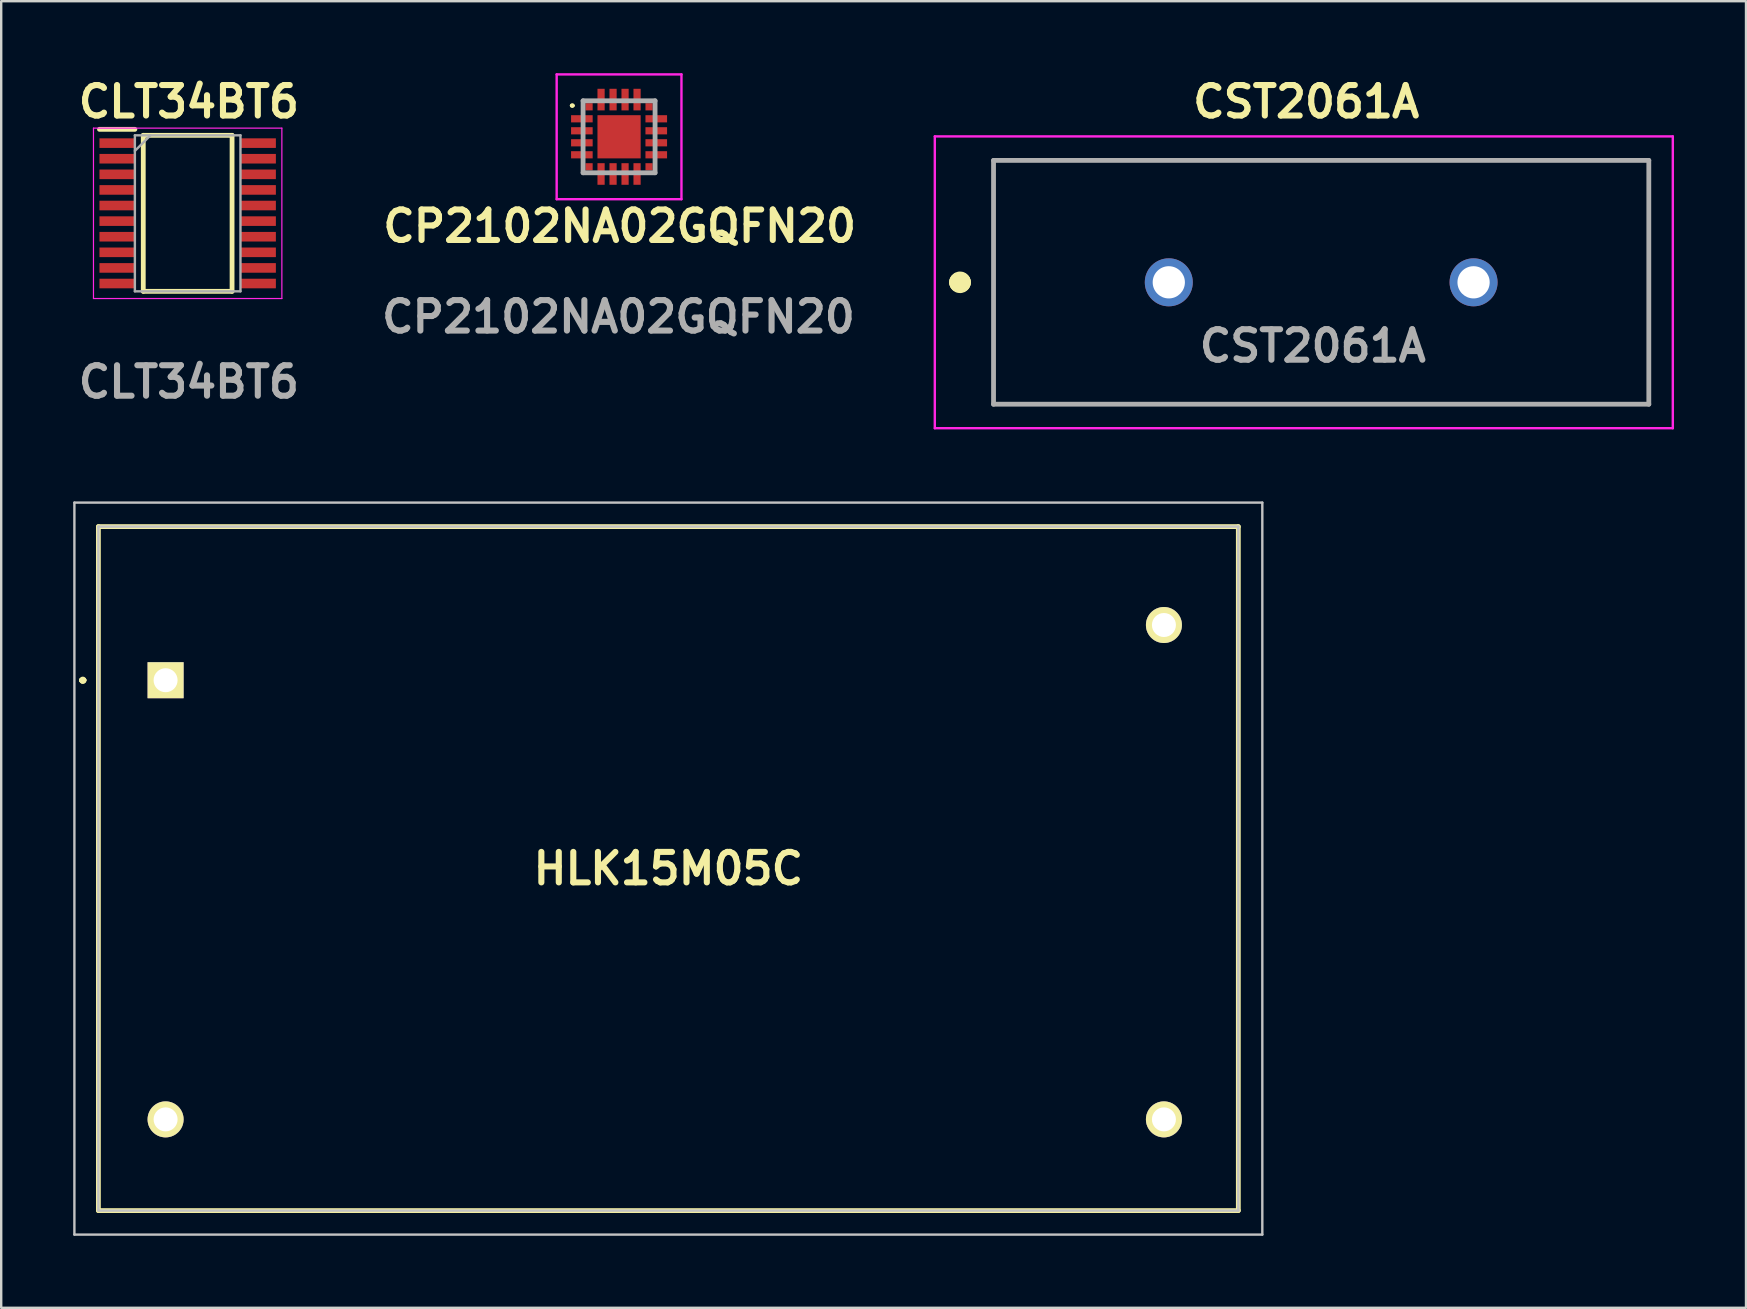
<source format=kicad_pcb>
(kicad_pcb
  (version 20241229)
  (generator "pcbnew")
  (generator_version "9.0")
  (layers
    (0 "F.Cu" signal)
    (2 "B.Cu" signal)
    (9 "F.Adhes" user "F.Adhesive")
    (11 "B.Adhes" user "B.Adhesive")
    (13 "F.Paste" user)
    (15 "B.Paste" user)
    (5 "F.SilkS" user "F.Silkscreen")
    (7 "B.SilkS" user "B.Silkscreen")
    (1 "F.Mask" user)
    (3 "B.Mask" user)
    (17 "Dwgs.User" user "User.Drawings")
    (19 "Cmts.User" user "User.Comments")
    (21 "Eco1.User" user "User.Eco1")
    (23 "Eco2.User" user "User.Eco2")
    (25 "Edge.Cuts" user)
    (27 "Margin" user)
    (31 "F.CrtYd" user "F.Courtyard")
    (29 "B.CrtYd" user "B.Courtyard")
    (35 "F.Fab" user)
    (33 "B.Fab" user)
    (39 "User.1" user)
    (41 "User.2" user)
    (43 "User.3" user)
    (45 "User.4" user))
  (footprint "CST2061A"
    (layer "F.Cu")
    (at 45.653 8.714)
    (property "Reference" "CST2061A" (at 5.725 -7.525 0) (layer "F.SilkS") (effects (font (size 1.27 1.27) (thickness 0.254))))
    (attr through_hole)
    (fp_line (start -8.75 0) (end -8.75 0) (stroke (width 0.8) (type solid)) (layer "F.SilkS"))
    (fp_line (start -8.65 0) (end -8.65 0) (stroke (width 0.8) (type solid)) (layer "F.SilkS"))
    (fp_line (start -7.303 -5.08) (end 20.002 -5.08) (stroke (width 0.1) (type solid)) (layer "F.SilkS"))
    (fp_line (start -7.303 0) (end -7.303 0) (stroke (width 0.1) (type solid)) (layer "F.SilkS"))
    (fp_line (start -7.303 0) (end -7.303 0) (stroke (width 0.1) (type solid)) (layer "F.SilkS"))
    (fp_line (start -7.303 5.08) (end -7.303 -5.08) (stroke (width 0.1) (type solid)) (layer "F.SilkS"))
    (fp_line (start 20.002 -5.08) (end 20.002 5.08) (stroke (width 0.1) (type solid)) (layer "F.SilkS"))
    (fp_line (start 20.002 5.08) (end -7.303 5.08) (stroke (width 0.1) (type solid)) (layer "F.SilkS"))
    (fp_arc (start -8.75 0) (mid -8.7 -0.05) (end -8.65 0) (stroke (width 0.8) (type solid)) (layer "F.SilkS"))
    (fp_arc (start -8.65 0) (mid -8.7 0.05) (end -8.75 0) (stroke (width 0.8) (type solid)) (layer "F.SilkS"))
    (fp_line (start -9.75 -6.08) (end 21.002 -6.08) (stroke (width 0.1) (type solid)) (layer "F.CrtYd"))
    (fp_line (start -9.75 6.08) (end -9.75 -6.08) (stroke (width 0.1) (type solid)) (layer "F.CrtYd"))
    (fp_line (start 21.002 -6.08) (end 21.002 6.08) (stroke (width 0.1) (type solid)) (layer "F.CrtYd"))
    (fp_line (start 21.002 6.08) (end -9.75 6.08) (stroke (width 0.1) (type solid)) (layer "F.CrtYd"))
    (fp_line (start -7.303 -5.08) (end 20.002 -5.08) (stroke (width 0.2) (type solid)) (layer "F.Fab"))
    (fp_line (start -7.303 5.08) (end -7.303 -5.08) (stroke (width 0.2) (type solid)) (layer "F.Fab"))
    (fp_line (start 20.002 -5.08) (end 20.002 5.08) (stroke (width 0.2) (type solid)) (layer "F.Fab"))
    (fp_line (start 20.002 5.08) (end -7.303 5.08) (stroke (width 0.2) (type solid)) (layer "F.Fab"))
    (fp_text user "${REFERENCE}" (at 6 2.65 0) (layer "F.Fab") (effects (font (size 1.27 1.27) (thickness 0.254))))
    (pad "1" thru_hole circle (at 0 0) (size 2 2) (drill 1.343) (layers "*.Cu" "*.Mask"))
    (pad "2" thru_hole circle (at 12.7 0) (size 2 2) (drill 1.343) (layers "*.Cu" "*.Mask")))
  (footprint "HLK15M05C"
    (layer "F.Cu")
    (at 3.85 25.294)
    (property "Reference" "HLK15M05C" (at 20.95 7.85 0) (layer "F.SilkS") (effects (font (size 1.27 1.27) (thickness 0.254))))
    (attr through_hole exclude_from_pos_files)
    (fp_line (start -3.5 0) (end -3.5 0) (stroke (width 0.2) (type solid)) (layer "F.SilkS"))
    (fp_line (start -3.5 0) (end -3.5 0) (stroke (width 0.2) (type solid)) (layer "F.SilkS"))
    (fp_line (start -3.4 0) (end -3.4 0) (stroke (width 0.2) (type solid)) (layer "F.SilkS"))
    (fp_line (start -2.8 -6.4) (end -2.8 22.1) (stroke (width 0.2) (type solid)) (layer "F.SilkS"))
    (fp_line (start -2.8 22.1) (end 44.7 22.1) (stroke (width 0.2) (type solid)) (layer "F.SilkS"))
    (fp_line (start 44.7 -6.4) (end -2.8 -6.4) (stroke (width 0.2) (type solid)) (layer "F.SilkS"))
    (fp_line (start 44.7 22.1) (end 44.7 -6.4) (stroke (width 0.2) (type solid)) (layer "F.SilkS"))
    (fp_arc (start -3.5 0) (mid -3.45 -0.05) (end -3.4 0) (stroke (width 0.2) (type solid)) (layer "F.SilkS"))
    (fp_arc (start -3.4 0) (mid -3.45 0.05) (end -3.5 0) (stroke (width 0.2) (type solid)) (layer "F.SilkS"))
    (fp_arc (start -3.4 0) (mid -3.45 0.05) (end -3.5 0) (stroke (width 0.2) (type solid)) (layer "F.SilkS"))
    (fp_line (start -3.8 -7.4) (end 45.7 -7.4) (stroke (width 0.1) (type solid)) (layer "Dwgs.User"))
    (fp_line (start -3.8 23.1) (end -3.8 -7.4) (stroke (width 0.1) (type solid)) (layer "Dwgs.User"))
    (fp_line (start -2.8 -6.4) (end -2.8 22.1) (stroke (width 0.1) (type solid)) (layer "Dwgs.User"))
    (fp_line (start -2.8 22.1) (end 44.7 22.1) (stroke (width 0.1) (type solid)) (layer "Dwgs.User"))
    (fp_line (start 44.7 -6.4) (end -2.8 -6.4) (stroke (width 0.1) (type solid)) (layer "Dwgs.User"))
    (fp_line (start 44.7 22.1) (end 44.7 -6.4) (stroke (width 0.1) (type solid)) (layer "Dwgs.User"))
    (fp_line (start 45.7 -7.4) (end 45.7 23.1) (stroke (width 0.1) (type solid)) (layer "Dwgs.User"))
    (fp_line (start 45.7 23.1) (end -3.8 23.1) (stroke (width 0.1) (type solid)) (layer "Dwgs.User"))
    (pad "1" thru_hole rect (at 0 0 90) (size 1.5 1.5) (drill 1) (layers "*.Cu" "*.Mask" "F.SilkS"))
    (pad "2" thru_hole circle (at 0 18.3 90) (size 1.5 1.5) (drill 1) (layers "*.Cu" "*.Mask" "F.SilkS"))
    (pad "3" thru_hole circle (at 41.6 -2.3 90) (size 1.5 1.5) (drill 1) (layers "*.Cu" "*.Mask" "F.SilkS"))
    (pad "4" thru_hole circle (at 41.6 18.3 90) (size 1.5 1.5) (drill 1) (layers "*.Cu" "*.Mask" "F.SilkS")))
  (footprint "CP2102NA02GQFN20"
    (layer "F.Cu")
    (at 22.746 2.65)
    (property "Reference" "CP2102NA02GQFN20" (at 0.025 3.725 0) (layer "F.SilkS") (effects (font (size 1.27 1.27) (thickness 0.254))))
    (attr smd)
    (fp_line (start -2 -1.3) (end -2 -1.3) (stroke (width 0.1) (type solid)) (layer "F.SilkS"))
    (fp_line (start -1.9 -1.3) (end -1.9 -1.3) (stroke (width 0.1) (type solid)) (layer "F.SilkS"))
    (fp_arc (start -2 -1.3) (mid -1.95 -1.35) (end -1.9 -1.3) (stroke (width 0.1) (type solid)) (layer "F.SilkS"))
    (fp_arc (start -1.9 -1.3) (mid -1.95 -1.25) (end -2 -1.3) (stroke (width 0.1) (type solid)) (layer "F.SilkS"))
    (fp_line (start -2.6 -2.6) (end 2.6 -2.6) (stroke (width 0.1) (type solid)) (layer "F.CrtYd"))
    (fp_line (start -2.6 2.6) (end -2.6 -2.6) (stroke (width 0.1) (type solid)) (layer "F.CrtYd"))
    (fp_line (start 2.6 -2.6) (end 2.6 2.6) (stroke (width 0.1) (type solid)) (layer "F.CrtYd"))
    (fp_line (start 2.6 2.6) (end -2.6 2.6) (stroke (width 0.1) (type solid)) (layer "F.CrtYd"))
    (fp_line (start -1.5 -1.5) (end 1.5 -1.5) (stroke (width 0.2) (type solid)) (layer "F.Fab"))
    (fp_line (start -1.5 1.5) (end -1.5 -1.5) (stroke (width 0.2) (type solid)) (layer "F.Fab"))
    (fp_line (start 1.5 -1.5) (end 1.5 1.5) (stroke (width 0.2) (type solid)) (layer "F.Fab"))
    (fp_line (start 1.5 1.5) (end -1.5 1.5) (stroke (width 0.2) (type solid)) (layer "F.Fab"))
    (fp_text user "${REFERENCE}" (at -0.025 7.5 0) (layer "F.Fab") (effects (font (size 1.27 1.27) (thickness 0.254))))
    (pad "1" smd rect (at -1.25 -1.25) (size 0.3 0.3) (layers "F.Cu" "F.Mask" "F.Paste"))
    (pad "2" smd rect (at -1.55 -0.75 90) (size 0.3 0.9) (layers "F.Cu" "F.Mask" "F.Paste"))
    (pad "3" smd rect (at -1.55 -0.25 90) (size 0.3 0.9) (layers "F.Cu" "F.Mask" "F.Paste"))
    (pad "4" smd rect (at -1.55 0.25 90) (size 0.3 0.9) (layers "F.Cu" "F.Mask" "F.Paste"))
    (pad "5" smd rect (at -1.55 0.75 90) (size 0.3 0.9) (layers "F.Cu" "F.Mask" "F.Paste"))
    (pad "6" smd rect (at -1.25 1.25) (size 0.3 0.3) (layers "F.Cu" "F.Mask" "F.Paste"))
    (pad "7" smd rect (at -0.75 1.55) (size 0.3 0.9) (layers "F.Cu" "F.Mask" "F.Paste"))
    (pad "8" smd rect (at -0.25 1.55) (size 0.3 0.9) (layers "F.Cu" "F.Mask" "F.Paste"))
    (pad "9" smd rect (at 0.25 1.55) (size 0.3 0.9) (layers "F.Cu" "F.Mask" "F.Paste"))
    (pad "10" smd rect (at 0.75 1.55) (size 0.3 0.9) (layers "F.Cu" "F.Mask" "F.Paste"))
    (pad "11" smd rect (at 1.25 1.25) (size 0.3 0.3) (layers "F.Cu" "F.Mask" "F.Paste"))
    (pad "12" smd rect (at 1.55 0.75 90) (size 0.3 0.9) (layers "F.Cu" "F.Mask" "F.Paste"))
    (pad "13" smd rect (at 1.55 0.25 90) (size 0.3 0.9) (layers "F.Cu" "F.Mask" "F.Paste"))
    (pad "14" smd rect (at 1.55 -0.25 90) (size 0.3 0.9) (layers "F.Cu" "F.Mask" "F.Paste"))
    (pad "15" smd rect (at 1.55 -0.75 90) (size 0.3 0.9) (layers "F.Cu" "F.Mask" "F.Paste"))
    (pad "16" smd rect (at 1.25 -1.25) (size 0.3 0.3) (layers "F.Cu" "F.Mask" "F.Paste"))
    (pad "17" smd rect (at 0.75 -1.55) (size 0.3 0.9) (layers "F.Cu" "F.Mask" "F.Paste"))
    (pad "18" smd rect (at 0.25 -1.55) (size 0.3 0.9) (layers "F.Cu" "F.Mask" "F.Paste"))
    (pad "19" smd rect (at -0.25 -1.55) (size 0.3 0.9) (layers "F.Cu" "F.Mask" "F.Paste"))
    (pad "20" smd rect (at -0.75 -1.55) (size 0.3 0.9) (layers "F.Cu" "F.Mask" "F.Paste"))
    (pad "21" smd rect (at 0 0) (size 1.8 1.8) (layers "F.Cu" "F.Mask" "F.Paste")))
  (footprint "CLT34BT6"
    (layer "F.Cu")
    (at 4.77 5.839)
    (property "Reference" "CLT34BT6" (at 0.05 -4.65 0) (layer "F.SilkS") (effects (font (size 1.27 1.27) (thickness 0.254))))
    (attr smd)
    (fp_line (start -3.675 -3.5) (end -2.2 -3.5) (stroke (width 0.2) (type solid)) (layer "F.SilkS"))
    (fp_line (start -1.85 -3.25) (end 1.85 -3.25) (stroke (width 0.2) (type solid)) (layer "F.SilkS"))
    (fp_line (start -1.85 3.25) (end -1.85 -3.25) (stroke (width 0.2) (type solid)) (layer "F.SilkS"))
    (fp_line (start 1.85 -3.25) (end 1.85 3.25) (stroke (width 0.2) (type solid)) (layer "F.SilkS"))
    (fp_line (start 1.85 3.25) (end -1.85 3.25) (stroke (width 0.2) (type solid)) (layer "F.SilkS"))
    (fp_line (start -3.925 -3.55) (end 3.925 -3.55) (stroke (width 0.05) (type solid)) (layer "F.CrtYd"))
    (fp_line (start -3.925 3.55) (end -3.925 -3.55) (stroke (width 0.05) (type solid)) (layer "F.CrtYd"))
    (fp_line (start 3.925 -3.55) (end 3.925 3.55) (stroke (width 0.05) (type solid)) (layer "F.CrtYd"))
    (fp_line (start 3.925 3.55) (end -3.925 3.55) (stroke (width 0.05) (type solid)) (layer "F.CrtYd"))
    (fp_line (start -2.2 -3.25) (end 2.2 -3.25) (stroke (width 0.1) (type solid)) (layer "F.Fab"))
    (fp_line (start -2.2 -2.6) (end -1.55 -3.25) (stroke (width 0.1) (type solid)) (layer "F.Fab"))
    (fp_line (start -2.2 3.25) (end -2.2 -3.25) (stroke (width 0.1) (type solid)) (layer "F.Fab"))
    (fp_line (start 2.2 -3.25) (end 2.2 3.25) (stroke (width 0.1) (type solid)) (layer "F.Fab"))
    (fp_line (start 2.2 3.25) (end -2.2 3.25) (stroke (width 0.1) (type solid)) (layer "F.Fab"))
    (fp_text user "${REFERENCE}" (at 0.05 7.025 0) (layer "F.Fab") (effects (font (size 1.27 1.27) (thickness 0.254))))
    (pad "1" smd rect (at -2.938 -2.925 90) (size 0.4 1.475) (layers "F.Cu" "F.Mask" "F.Paste"))
    (pad "2" smd rect (at -2.938 -2.275 90) (size 0.4 1.475) (layers "F.Cu" "F.Mask" "F.Paste"))
    (pad "3" smd rect (at -2.938 -1.625 90) (size 0.4 1.475) (layers "F.Cu" "F.Mask" "F.Paste"))
    (pad "4" smd rect (at -2.938 -0.975 90) (size 0.4 1.475) (layers "F.Cu" "F.Mask" "F.Paste"))
    (pad "5" smd rect (at -2.938 -0.325 90) (size 0.4 1.475) (layers "F.Cu" "F.Mask" "F.Paste"))
    (pad "6" smd rect (at -2.938 0.325 90) (size 0.4 1.475) (layers "F.Cu" "F.Mask" "F.Paste"))
    (pad "7" smd rect (at -2.938 0.975 90) (size 0.4 1.475) (layers "F.Cu" "F.Mask" "F.Paste"))
    (pad "8" smd rect (at -2.938 1.625 90) (size 0.4 1.475) (layers "F.Cu" "F.Mask" "F.Paste"))
    (pad "9" smd rect (at -2.938 2.275 90) (size 0.4 1.475) (layers "F.Cu" "F.Mask" "F.Paste"))
    (pad "10" smd rect (at -2.938 2.925 90) (size 0.4 1.475) (layers "F.Cu" "F.Mask" "F.Paste"))
    (pad "11" smd rect (at 2.938 2.925 90) (size 0.4 1.475) (layers "F.Cu" "F.Mask" "F.Paste"))
    (pad "12" smd rect (at 2.938 2.275 90) (size 0.4 1.475) (layers "F.Cu" "F.Mask" "F.Paste"))
    (pad "13" smd rect (at 2.938 1.625 90) (size 0.4 1.475) (layers "F.Cu" "F.Mask" "F.Paste"))
    (pad "14" smd rect (at 2.938 0.975 90) (size 0.4 1.475) (layers "F.Cu" "F.Mask" "F.Paste"))
    (pad "15" smd rect (at 2.938 0.325 90) (size 0.4 1.475) (layers "F.Cu" "F.Mask" "F.Paste"))
    (pad "16" smd rect (at 2.938 -0.325 90) (size 0.4 1.475) (layers "F.Cu" "F.Mask" "F.Paste"))
    (pad "17" smd rect (at 2.938 -0.975 90) (size 0.4 1.475) (layers "F.Cu" "F.Mask" "F.Paste"))
    (pad "18" smd rect (at 2.938 -1.625 90) (size 0.4 1.475) (layers "F.Cu" "F.Mask" "F.Paste"))
    (pad "19" smd rect (at 2.938 -2.275 90) (size 0.4 1.475) (layers "F.Cu" "F.Mask" "F.Paste"))
    (pad "20" smd rect (at 2.938 -2.925 90) (size 0.4 1.475) (layers "F.Cu" "F.Mask" "F.Paste")))
  (gr_rect
    (start -3 -3)
    (end 69.705 51.444)
    (stroke (width 0.1) (type default))
    (fill no)
    (layer "Edge.Cuts")))
</source>
